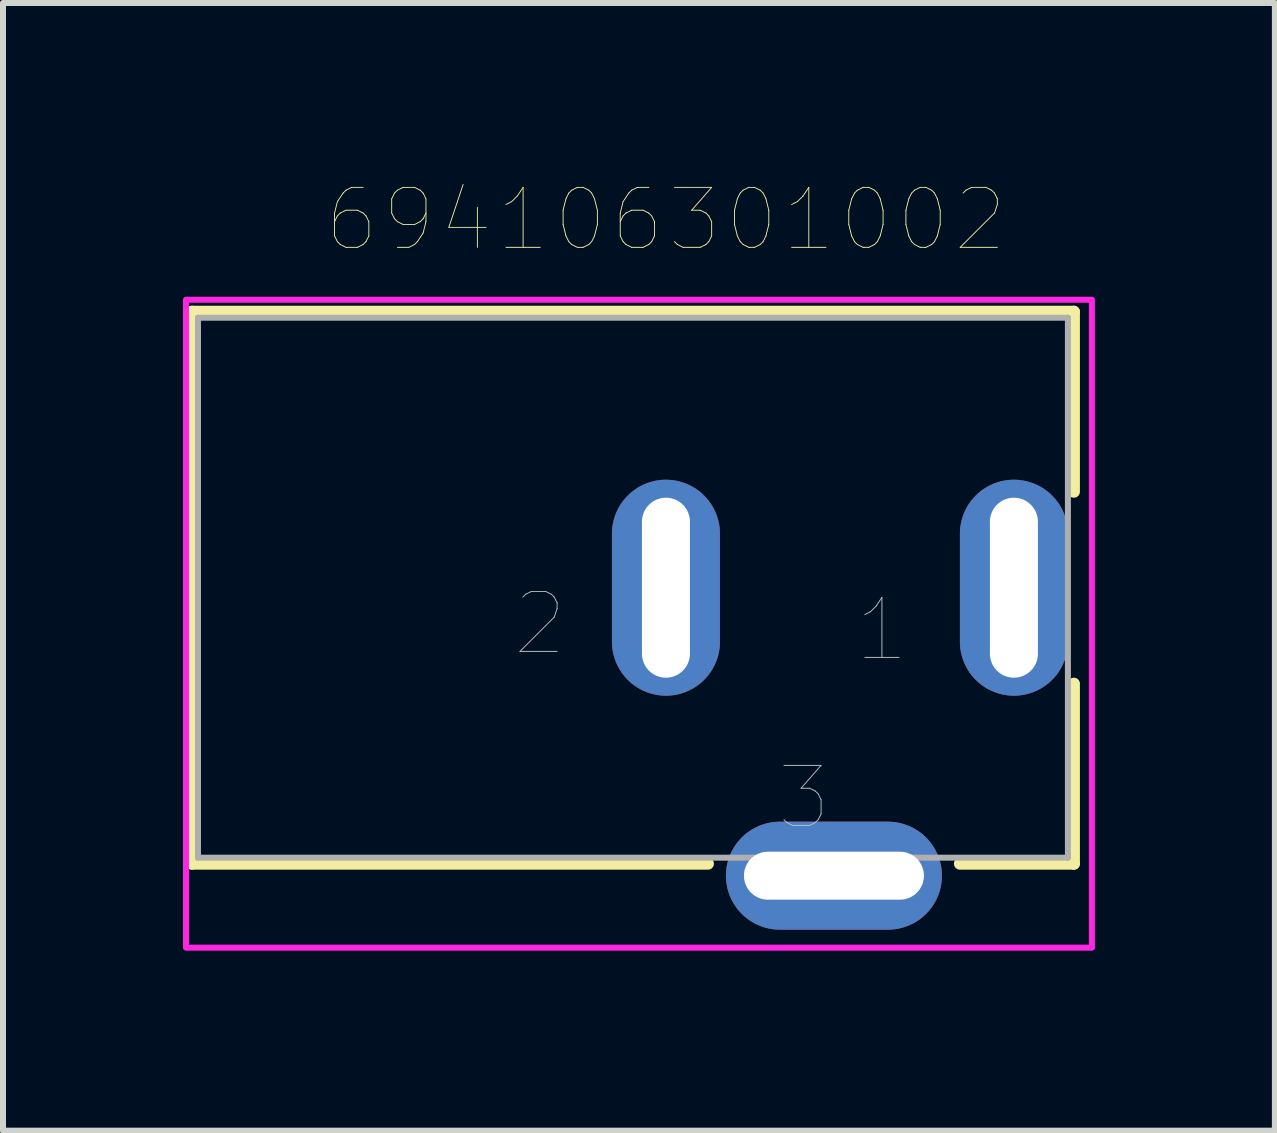
<source format=kicad_pcb>
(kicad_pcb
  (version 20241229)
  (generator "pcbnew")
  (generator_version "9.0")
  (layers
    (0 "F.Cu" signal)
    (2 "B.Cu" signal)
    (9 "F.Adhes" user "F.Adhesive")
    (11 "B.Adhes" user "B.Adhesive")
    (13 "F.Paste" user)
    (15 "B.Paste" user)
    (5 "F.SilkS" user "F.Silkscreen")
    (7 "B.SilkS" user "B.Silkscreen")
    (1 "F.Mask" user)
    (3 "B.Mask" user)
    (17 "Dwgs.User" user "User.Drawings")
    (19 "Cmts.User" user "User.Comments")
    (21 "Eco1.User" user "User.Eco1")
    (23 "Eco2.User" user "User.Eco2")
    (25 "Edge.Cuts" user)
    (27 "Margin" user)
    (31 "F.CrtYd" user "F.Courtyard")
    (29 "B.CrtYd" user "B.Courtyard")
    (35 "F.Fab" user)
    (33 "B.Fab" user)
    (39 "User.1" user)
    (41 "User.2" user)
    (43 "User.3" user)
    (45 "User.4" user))
  (footprint "694106301002"
    (layer "F.Cu")
    (at 8.05 6.746)
    (property "Reference" "694106301002" (at 0 -6.135 0) (layer "F.SilkS") (effects (font (size 1 1) (thickness 0.015))))
    (attr through_hole)
    (fp_line (start -7.9 -4.6) (end -7.9 4.6) (stroke (width 0.2) (type solid)) (layer "F.SilkS"))
    (fp_line (start 0.7 4.6) (end -7.9 4.6) (stroke (width 0.2) (type solid)) (layer "F.SilkS"))
    (fp_line (start 6.8 -4.6) (end -7.9 -4.6) (stroke (width 0.2) (type solid)) (layer "F.SilkS"))
    (fp_line (start 6.8 -4.6) (end 6.8 -1.6) (stroke (width 0.2) (type solid)) (layer "F.SilkS"))
    (fp_line (start 6.8 1.6) (end 6.8 4.6) (stroke (width 0.2) (type solid)) (layer "F.SilkS"))
    (fp_line (start 6.8 4.6) (end 4.9 4.6) (stroke (width 0.2) (type solid)) (layer "F.SilkS"))
    (fp_poly (pts (xy 7.1 6) (xy -8 6) (xy -8 -4.8) (xy 7.1 -4.8)) (stroke (width 0.1) (type solid)) (fill no) (layer "F.CrtYd"))
    (fp_line (start -7.8 -4.5) (end 6.7 -4.5) (stroke (width 0.1) (type solid)) (layer "F.Fab"))
    (fp_line (start -7.8 4.5) (end -7.8 -4.5) (stroke (width 0.1) (type solid)) (layer "F.Fab"))
    (fp_line (start 6.7 -4.5) (end 6.7 4.5) (stroke (width 0.1) (type solid)) (layer "F.Fab"))
    (fp_line (start 6.7 4.5) (end -7.8 4.5) (stroke (width 0.1) (type solid)) (layer "F.Fab"))
    (fp_text user "3" (at 2.3 3.5 0) (layer "Dwgs.User") (effects (font (size 1 1) (thickness 0.015))))
    (fp_text user "2" (at -2.1 0.6 0) (layer "Dwgs.User") (effects (font (size 1 1) (thickness 0.015))))
    (fp_text user "1" (at 3.6 0.7 0) (layer "Dwgs.User") (effects (font (size 1 1) (thickness 0.015))))
    (pad "1" thru_hole oval (at 5.8 0) (size 1.8 3.6) (drill oval 0.8 3) (layers "*.Cu" "*.Mask"))
    (pad "2" thru_hole oval (at 0 0) (size 1.8 3.6) (drill oval 0.8 3) (layers "*.Cu" "*.Mask"))
    (pad "3" thru_hole oval (at 2.8 4.8) (size 3.6 1.8) (drill oval 3 0.8) (layers "*.Cu" "*.Mask")))
  (gr_rect
    (start -3 -3)
    (end 18.2 15.796)
    (stroke (width 0.1) (type default))
    (fill no)
    (layer "Edge.Cuts")))
</source>
